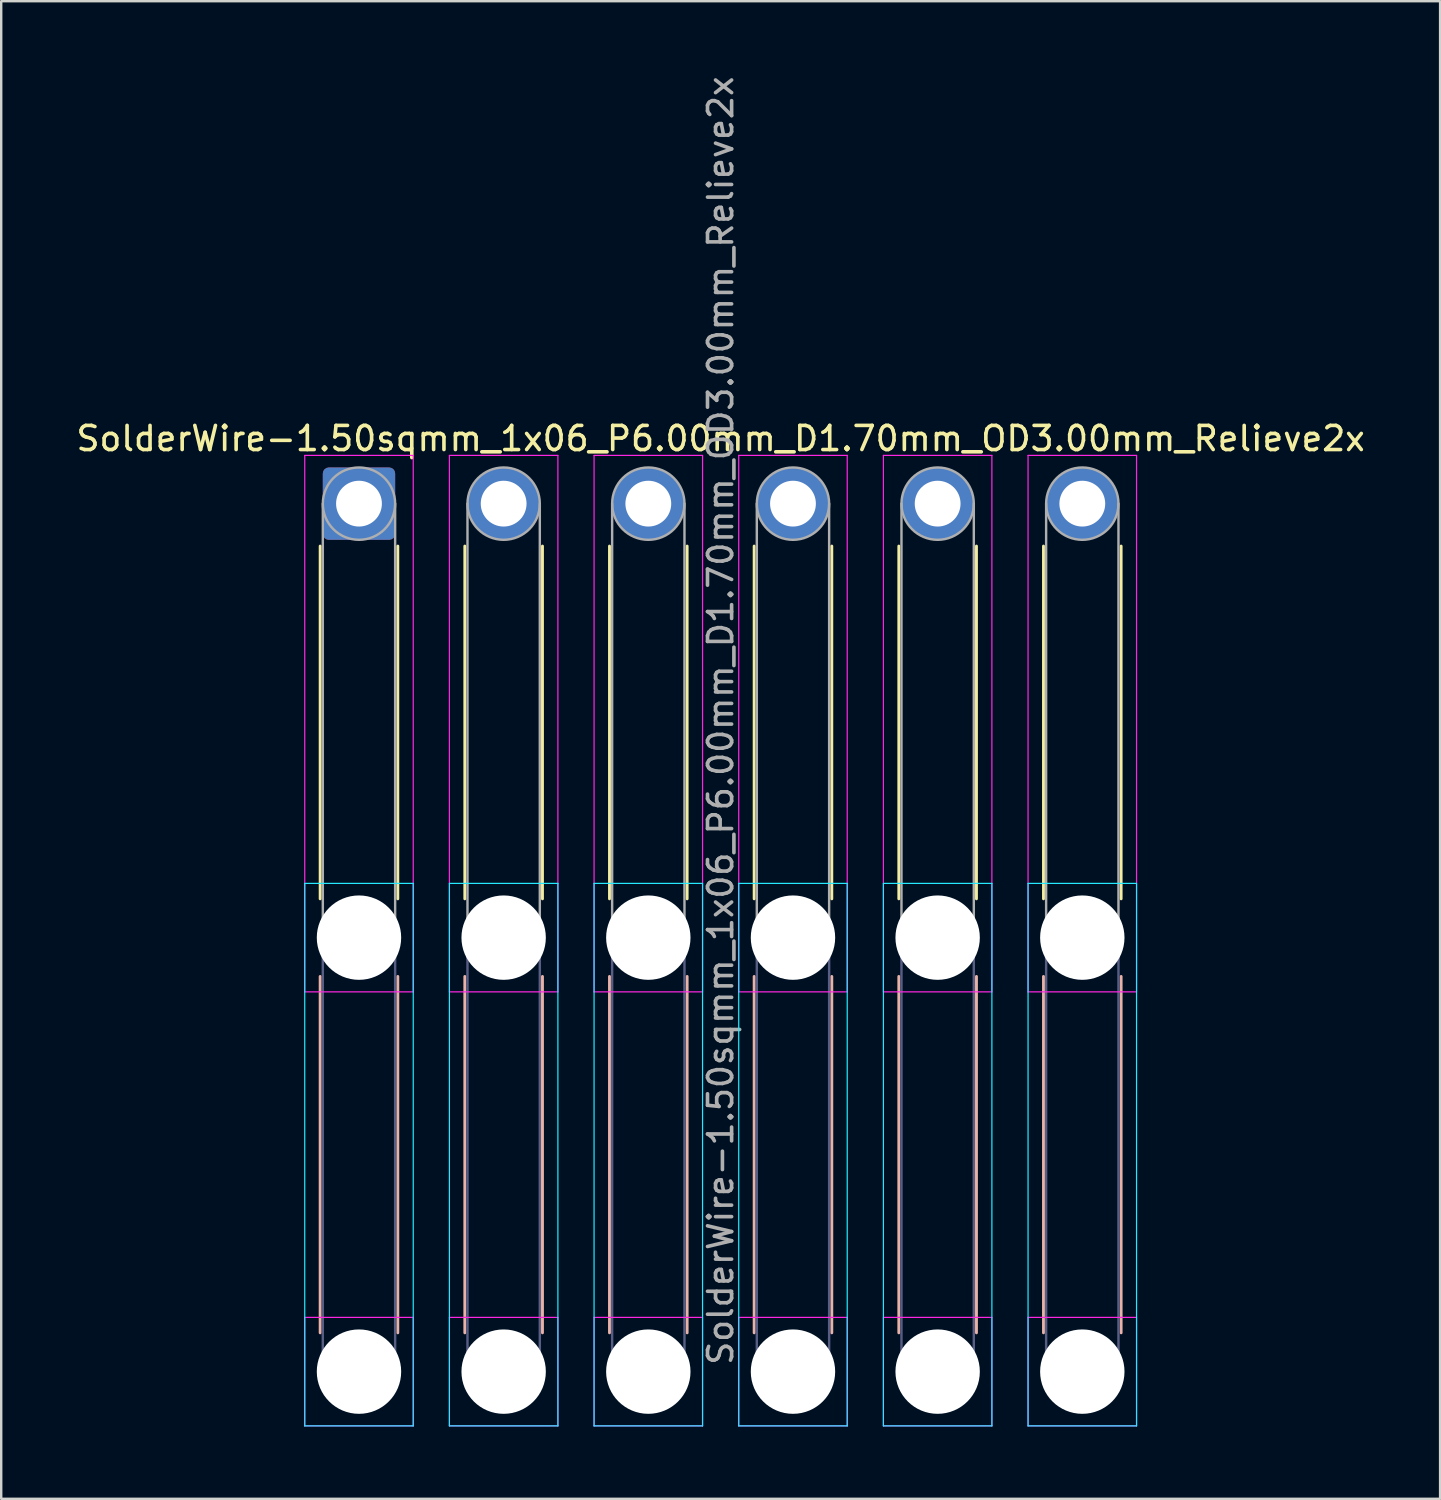
<source format=kicad_pcb>
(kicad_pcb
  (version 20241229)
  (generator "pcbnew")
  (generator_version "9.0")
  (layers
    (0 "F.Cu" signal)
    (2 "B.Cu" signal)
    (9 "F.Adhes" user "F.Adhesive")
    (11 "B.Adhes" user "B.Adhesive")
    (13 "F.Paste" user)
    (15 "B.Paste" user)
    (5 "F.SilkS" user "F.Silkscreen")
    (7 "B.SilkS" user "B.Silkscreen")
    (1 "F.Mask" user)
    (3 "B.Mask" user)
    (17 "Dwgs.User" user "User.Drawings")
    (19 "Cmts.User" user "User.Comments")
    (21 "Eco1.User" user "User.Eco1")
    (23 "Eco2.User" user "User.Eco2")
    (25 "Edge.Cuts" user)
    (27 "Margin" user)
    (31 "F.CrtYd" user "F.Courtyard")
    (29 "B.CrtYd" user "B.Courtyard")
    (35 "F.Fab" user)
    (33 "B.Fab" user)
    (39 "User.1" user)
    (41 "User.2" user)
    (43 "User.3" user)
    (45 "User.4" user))
  (footprint "SolderWire-1.50sqmm_1x06_P6.00mm_D1.70mm_OD3.00mm_Relieve2x"
    (layer "F.Cu")
    (at 11.839 17.839)
    (property "Reference" "SolderWire-1.50sqmm_1x06_P6.00mm_D1.70mm_OD3.00mm_Relieve2x" (at 15 -2.7 0) (layer "F.SilkS") (effects (font (size 1 1) (thickness 0.15))))
    (attr exclude_from_pos_files exclude_from_bom)
    (fp_line (start -1.61 1.76) (end -1.61 16.39) (stroke (width 0.12) (type solid)) (layer "F.SilkS"))
    (fp_line (start 1.61 1.76) (end 1.61 16.39) (stroke (width 0.12) (type solid)) (layer "F.SilkS"))
    (fp_line (start 4.39 1.76) (end 4.39 16.39) (stroke (width 0.12) (type solid)) (layer "F.SilkS"))
    (fp_line (start 7.61 1.76) (end 7.61 16.39) (stroke (width 0.12) (type solid)) (layer "F.SilkS"))
    (fp_line (start 10.39 1.76) (end 10.39 16.39) (stroke (width 0.12) (type solid)) (layer "F.SilkS"))
    (fp_line (start 13.61 1.76) (end 13.61 16.39) (stroke (width 0.12) (type solid)) (layer "F.SilkS"))
    (fp_line (start 16.39 1.76) (end 16.39 16.39) (stroke (width 0.12) (type solid)) (layer "F.SilkS"))
    (fp_line (start 19.61 1.76) (end 19.61 16.39) (stroke (width 0.12) (type solid)) (layer "F.SilkS"))
    (fp_line (start 22.39 1.76) (end 22.39 16.39) (stroke (width 0.12) (type solid)) (layer "F.SilkS"))
    (fp_line (start 25.61 1.76) (end 25.61 16.39) (stroke (width 0.12) (type solid)) (layer "F.SilkS"))
    (fp_line (start 28.39 1.76) (end 28.39 16.39) (stroke (width 0.12) (type solid)) (layer "F.SilkS"))
    (fp_line (start 31.61 1.76) (end 31.61 16.39) (stroke (width 0.12) (type solid)) (layer "F.SilkS"))
    (fp_line (start -1.61 19.61) (end -1.61 34.39) (stroke (width 0.12) (type solid)) (layer "B.SilkS"))
    (fp_line (start 1.61 19.61) (end 1.61 34.39) (stroke (width 0.12) (type solid)) (layer "B.SilkS"))
    (fp_line (start 4.39 19.61) (end 4.39 34.39) (stroke (width 0.12) (type solid)) (layer "B.SilkS"))
    (fp_line (start 7.61 19.61) (end 7.61 34.39) (stroke (width 0.12) (type solid)) (layer "B.SilkS"))
    (fp_line (start 10.39 19.61) (end 10.39 34.39) (stroke (width 0.12) (type solid)) (layer "B.SilkS"))
    (fp_line (start 13.61 19.61) (end 13.61 34.39) (stroke (width 0.12) (type solid)) (layer "B.SilkS"))
    (fp_line (start 16.39 19.61) (end 16.39 34.39) (stroke (width 0.12) (type solid)) (layer "B.SilkS"))
    (fp_line (start 19.61 19.61) (end 19.61 34.39) (stroke (width 0.12) (type solid)) (layer "B.SilkS"))
    (fp_line (start 22.39 19.61) (end 22.39 34.39) (stroke (width 0.12) (type solid)) (layer "B.SilkS"))
    (fp_line (start 25.61 19.61) (end 25.61 34.39) (stroke (width 0.12) (type solid)) (layer "B.SilkS"))
    (fp_line (start 28.39 19.61) (end 28.39 34.39) (stroke (width 0.12) (type solid)) (layer "B.SilkS"))
    (fp_line (start 31.61 19.61) (end 31.61 34.39) (stroke (width 0.12) (type solid)) (layer "B.SilkS"))
    (fp_line (start -2.25 15.75) (end -2.25 38.25) (stroke (width 0.05) (type solid)) (layer "B.CrtYd"))
    (fp_line (start -2.25 38.25) (end 2.25 38.25) (stroke (width 0.05) (type solid)) (layer "B.CrtYd"))
    (fp_line (start 2.25 15.75) (end -2.25 15.75) (stroke (width 0.05) (type solid)) (layer "B.CrtYd"))
    (fp_line (start 2.25 38.25) (end 2.25 15.75) (stroke (width 0.05) (type solid)) (layer "B.CrtYd"))
    (fp_line (start 3.75 15.75) (end 3.75 38.25) (stroke (width 0.05) (type solid)) (layer "B.CrtYd"))
    (fp_line (start 3.75 38.25) (end 8.25 38.25) (stroke (width 0.05) (type solid)) (layer "B.CrtYd"))
    (fp_line (start 8.25 15.75) (end 3.75 15.75) (stroke (width 0.05) (type solid)) (layer "B.CrtYd"))
    (fp_line (start 8.25 38.25) (end 8.25 15.75) (stroke (width 0.05) (type solid)) (layer "B.CrtYd"))
    (fp_line (start 9.75 15.75) (end 9.75 38.25) (stroke (width 0.05) (type solid)) (layer "B.CrtYd"))
    (fp_line (start 9.75 38.25) (end 14.25 38.25) (stroke (width 0.05) (type solid)) (layer "B.CrtYd"))
    (fp_line (start 14.25 15.75) (end 9.75 15.75) (stroke (width 0.05) (type solid)) (layer "B.CrtYd"))
    (fp_line (start 14.25 38.25) (end 14.25 15.75) (stroke (width 0.05) (type solid)) (layer "B.CrtYd"))
    (fp_line (start 15.75 15.75) (end 15.75 38.25) (stroke (width 0.05) (type solid)) (layer "B.CrtYd"))
    (fp_line (start 15.75 38.25) (end 20.25 38.25) (stroke (width 0.05) (type solid)) (layer "B.CrtYd"))
    (fp_line (start 20.25 15.75) (end 15.75 15.75) (stroke (width 0.05) (type solid)) (layer "B.CrtYd"))
    (fp_line (start 20.25 38.25) (end 20.25 15.75) (stroke (width 0.05) (type solid)) (layer "B.CrtYd"))
    (fp_line (start 21.75 15.75) (end 21.75 38.25) (stroke (width 0.05) (type solid)) (layer "B.CrtYd"))
    (fp_line (start 21.75 38.25) (end 26.25 38.25) (stroke (width 0.05) (type solid)) (layer "B.CrtYd"))
    (fp_line (start 26.25 15.75) (end 21.75 15.75) (stroke (width 0.05) (type solid)) (layer "B.CrtYd"))
    (fp_line (start 26.25 38.25) (end 26.25 15.75) (stroke (width 0.05) (type solid)) (layer "B.CrtYd"))
    (fp_line (start 27.75 15.75) (end 27.75 38.25) (stroke (width 0.05) (type solid)) (layer "B.CrtYd"))
    (fp_line (start 27.75 38.25) (end 32.25 38.25) (stroke (width 0.05) (type solid)) (layer "B.CrtYd"))
    (fp_line (start 32.25 15.75) (end 27.75 15.75) (stroke (width 0.05) (type solid)) (layer "B.CrtYd"))
    (fp_line (start 32.25 38.25) (end 32.25 15.75) (stroke (width 0.05) (type solid)) (layer "B.CrtYd"))
    (fp_line (start -2.25 -2) (end -2.25 20.25) (stroke (width 0.05) (type solid)) (layer "F.CrtYd"))
    (fp_line (start -2.25 20.25) (end 2.25 20.25) (stroke (width 0.05) (type solid)) (layer "F.CrtYd"))
    (fp_line (start -2.25 33.75) (end -2.25 38.25) (stroke (width 0.05) (type solid)) (layer "F.CrtYd"))
    (fp_line (start -2.25 38.25) (end 2.25 38.25) (stroke (width 0.05) (type solid)) (layer "F.CrtYd"))
    (fp_line (start 2.25 -2) (end -2.25 -2) (stroke (width 0.05) (type solid)) (layer "F.CrtYd"))
    (fp_line (start 2.25 20.25) (end 2.25 -2) (stroke (width 0.05) (type solid)) (layer "F.CrtYd"))
    (fp_line (start 2.25 33.75) (end -2.25 33.75) (stroke (width 0.05) (type solid)) (layer "F.CrtYd"))
    (fp_line (start 2.25 38.25) (end 2.25 33.75) (stroke (width 0.05) (type solid)) (layer "F.CrtYd"))
    (fp_line (start 3.75 -2) (end 3.75 20.25) (stroke (width 0.05) (type solid)) (layer "F.CrtYd"))
    (fp_line (start 3.75 20.25) (end 8.25 20.25) (stroke (width 0.05) (type solid)) (layer "F.CrtYd"))
    (fp_line (start 3.75 33.75) (end 3.75 38.25) (stroke (width 0.05) (type solid)) (layer "F.CrtYd"))
    (fp_line (start 3.75 38.25) (end 8.25 38.25) (stroke (width 0.05) (type solid)) (layer "F.CrtYd"))
    (fp_line (start 8.25 -2) (end 3.75 -2) (stroke (width 0.05) (type solid)) (layer "F.CrtYd"))
    (fp_line (start 8.25 20.25) (end 8.25 -2) (stroke (width 0.05) (type solid)) (layer "F.CrtYd"))
    (fp_line (start 8.25 33.75) (end 3.75 33.75) (stroke (width 0.05) (type solid)) (layer "F.CrtYd"))
    (fp_line (start 8.25 38.25) (end 8.25 33.75) (stroke (width 0.05) (type solid)) (layer "F.CrtYd"))
    (fp_line (start 9.75 -2) (end 9.75 20.25) (stroke (width 0.05) (type solid)) (layer "F.CrtYd"))
    (fp_line (start 9.75 20.25) (end 14.25 20.25) (stroke (width 0.05) (type solid)) (layer "F.CrtYd"))
    (fp_line (start 9.75 33.75) (end 9.75 38.25) (stroke (width 0.05) (type solid)) (layer "F.CrtYd"))
    (fp_line (start 9.75 38.25) (end 14.25 38.25) (stroke (width 0.05) (type solid)) (layer "F.CrtYd"))
    (fp_line (start 14.25 -2) (end 9.75 -2) (stroke (width 0.05) (type solid)) (layer "F.CrtYd"))
    (fp_line (start 14.25 20.25) (end 14.25 -2) (stroke (width 0.05) (type solid)) (layer "F.CrtYd"))
    (fp_line (start 14.25 33.75) (end 9.75 33.75) (stroke (width 0.05) (type solid)) (layer "F.CrtYd"))
    (fp_line (start 14.25 38.25) (end 14.25 33.75) (stroke (width 0.05) (type solid)) (layer "F.CrtYd"))
    (fp_line (start 15.75 -2) (end 15.75 20.25) (stroke (width 0.05) (type solid)) (layer "F.CrtYd"))
    (fp_line (start 15.75 20.25) (end 20.25 20.25) (stroke (width 0.05) (type solid)) (layer "F.CrtYd"))
    (fp_line (start 15.75 33.75) (end 15.75 38.25) (stroke (width 0.05) (type solid)) (layer "F.CrtYd"))
    (fp_line (start 15.75 38.25) (end 20.25 38.25) (stroke (width 0.05) (type solid)) (layer "F.CrtYd"))
    (fp_line (start 20.25 -2) (end 15.75 -2) (stroke (width 0.05) (type solid)) (layer "F.CrtYd"))
    (fp_line (start 20.25 20.25) (end 20.25 -2) (stroke (width 0.05) (type solid)) (layer "F.CrtYd"))
    (fp_line (start 20.25 33.75) (end 15.75 33.75) (stroke (width 0.05) (type solid)) (layer "F.CrtYd"))
    (fp_line (start 20.25 38.25) (end 20.25 33.75) (stroke (width 0.05) (type solid)) (layer "F.CrtYd"))
    (fp_line (start 21.75 -2) (end 21.75 20.25) (stroke (width 0.05) (type solid)) (layer "F.CrtYd"))
    (fp_line (start 21.75 20.25) (end 26.25 20.25) (stroke (width 0.05) (type solid)) (layer "F.CrtYd"))
    (fp_line (start 21.75 33.75) (end 21.75 38.25) (stroke (width 0.05) (type solid)) (layer "F.CrtYd"))
    (fp_line (start 21.75 38.25) (end 26.25 38.25) (stroke (width 0.05) (type solid)) (layer "F.CrtYd"))
    (fp_line (start 26.25 -2) (end 21.75 -2) (stroke (width 0.05) (type solid)) (layer "F.CrtYd"))
    (fp_line (start 26.25 20.25) (end 26.25 -2) (stroke (width 0.05) (type solid)) (layer "F.CrtYd"))
    (fp_line (start 26.25 33.75) (end 21.75 33.75) (stroke (width 0.05) (type solid)) (layer "F.CrtYd"))
    (fp_line (start 26.25 38.25) (end 26.25 33.75) (stroke (width 0.05) (type solid)) (layer "F.CrtYd"))
    (fp_line (start 27.75 -2) (end 27.75 20.25) (stroke (width 0.05) (type solid)) (layer "F.CrtYd"))
    (fp_line (start 27.75 20.25) (end 32.25 20.25) (stroke (width 0.05) (type solid)) (layer "F.CrtYd"))
    (fp_line (start 27.75 33.75) (end 27.75 38.25) (stroke (width 0.05) (type solid)) (layer "F.CrtYd"))
    (fp_line (start 27.75 38.25) (end 32.25 38.25) (stroke (width 0.05) (type solid)) (layer "F.CrtYd"))
    (fp_line (start 32.25 -2) (end 27.75 -2) (stroke (width 0.05) (type solid)) (layer "F.CrtYd"))
    (fp_line (start 32.25 20.25) (end 32.25 -2) (stroke (width 0.05) (type solid)) (layer "F.CrtYd"))
    (fp_line (start 32.25 33.75) (end 27.75 33.75) (stroke (width 0.05) (type solid)) (layer "F.CrtYd"))
    (fp_line (start 32.25 38.25) (end 32.25 33.75) (stroke (width 0.05) (type solid)) (layer "F.CrtYd"))
    (fp_line (start -1.5 18) (end -1.5 36) (stroke (width 0.1) (type solid)) (layer "B.Fab"))
    (fp_line (start 1.5 18) (end 1.5 36) (stroke (width 0.1) (type solid)) (layer "B.Fab"))
    (fp_line (start 4.5 18) (end 4.5 36) (stroke (width 0.1) (type solid)) (layer "B.Fab"))
    (fp_line (start 7.5 18) (end 7.5 36) (stroke (width 0.1) (type solid)) (layer "B.Fab"))
    (fp_line (start 10.5 18) (end 10.5 36) (stroke (width 0.1) (type solid)) (layer "B.Fab"))
    (fp_line (start 13.5 18) (end 13.5 36) (stroke (width 0.1) (type solid)) (layer "B.Fab"))
    (fp_line (start 16.5 18) (end 16.5 36) (stroke (width 0.1) (type solid)) (layer "B.Fab"))
    (fp_line (start 19.5 18) (end 19.5 36) (stroke (width 0.1) (type solid)) (layer "B.Fab"))
    (fp_line (start 22.5 18) (end 22.5 36) (stroke (width 0.1) (type solid)) (layer "B.Fab"))
    (fp_line (start 25.5 18) (end 25.5 36) (stroke (width 0.1) (type solid)) (layer "B.Fab"))
    (fp_line (start 28.5 18) (end 28.5 36) (stroke (width 0.1) (type solid)) (layer "B.Fab"))
    (fp_line (start 31.5 18) (end 31.5 36) (stroke (width 0.1) (type solid)) (layer "B.Fab"))
    (fp_circle (center 0 18) (end 1.5 18) (stroke (width 0.1) (type solid)) (fill no) (layer "B.Fab"))
    (fp_circle (center 0 36) (end 1.5 36) (stroke (width 0.1) (type solid)) (fill no) (layer "B.Fab"))
    (fp_circle (center 6 18) (end 7.5 18) (stroke (width 0.1) (type solid)) (fill no) (layer "B.Fab"))
    (fp_circle (center 6 36) (end 7.5 36) (stroke (width 0.1) (type solid)) (fill no) (layer "B.Fab"))
    (fp_circle (center 12 18) (end 13.5 18) (stroke (width 0.1) (type solid)) (fill no) (layer "B.Fab"))
    (fp_circle (center 12 36) (end 13.5 36) (stroke (width 0.1) (type solid)) (fill no) (layer "B.Fab"))
    (fp_circle (center 18 18) (end 19.5 18) (stroke (width 0.1) (type solid)) (fill no) (layer "B.Fab"))
    (fp_circle (center 18 36) (end 19.5 36) (stroke (width 0.1) (type solid)) (fill no) (layer "B.Fab"))
    (fp_circle (center 24 18) (end 25.5 18) (stroke (width 0.1) (type solid)) (fill no) (layer "B.Fab"))
    (fp_circle (center 24 36) (end 25.5 36) (stroke (width 0.1) (type solid)) (fill no) (layer "B.Fab"))
    (fp_circle (center 30 18) (end 31.5 18) (stroke (width 0.1) (type solid)) (fill no) (layer "B.Fab"))
    (fp_circle (center 30 36) (end 31.5 36) (stroke (width 0.1) (type solid)) (fill no) (layer "B.Fab"))
    (fp_line (start -1.5 0) (end -1.5 18) (stroke (width 0.1) (type solid)) (layer "F.Fab"))
    (fp_line (start 1.5 0) (end 1.5 18) (stroke (width 0.1) (type solid)) (layer "F.Fab"))
    (fp_line (start 4.5 0) (end 4.5 18) (stroke (width 0.1) (type solid)) (layer "F.Fab"))
    (fp_line (start 7.5 0) (end 7.5 18) (stroke (width 0.1) (type solid)) (layer "F.Fab"))
    (fp_line (start 10.5 0) (end 10.5 18) (stroke (width 0.1) (type solid)) (layer "F.Fab"))
    (fp_line (start 13.5 0) (end 13.5 18) (stroke (width 0.1) (type solid)) (layer "F.Fab"))
    (fp_line (start 16.5 0) (end 16.5 18) (stroke (width 0.1) (type solid)) (layer "F.Fab"))
    (fp_line (start 19.5 0) (end 19.5 18) (stroke (width 0.1) (type solid)) (layer "F.Fab"))
    (fp_line (start 22.5 0) (end 22.5 18) (stroke (width 0.1) (type solid)) (layer "F.Fab"))
    (fp_line (start 25.5 0) (end 25.5 18) (stroke (width 0.1) (type solid)) (layer "F.Fab"))
    (fp_line (start 28.5 0) (end 28.5 18) (stroke (width 0.1) (type solid)) (layer "F.Fab"))
    (fp_line (start 31.5 0) (end 31.5 18) (stroke (width 0.1) (type solid)) (layer "F.Fab"))
    (fp_circle (center 0 0) (end 1.5 0) (stroke (width 0.1) (type solid)) (fill no) (layer "F.Fab"))
    (fp_circle (center 0 18) (end 1.5 18) (stroke (width 0.1) (type solid)) (fill no) (layer "F.Fab"))
    (fp_circle (center 0 36) (end 1.5 36) (stroke (width 0.1) (type solid)) (fill no) (layer "F.Fab"))
    (fp_circle (center 6 0) (end 7.5 0) (stroke (width 0.1) (type solid)) (fill no) (layer "F.Fab"))
    (fp_circle (center 6 18) (end 7.5 18) (stroke (width 0.1) (type solid)) (fill no) (layer "F.Fab"))
    (fp_circle (center 6 36) (end 7.5 36) (stroke (width 0.1) (type solid)) (fill no) (layer "F.Fab"))
    (fp_circle (center 12 0) (end 13.5 0) (stroke (width 0.1) (type solid)) (fill no) (layer "F.Fab"))
    (fp_circle (center 12 18) (end 13.5 18) (stroke (width 0.1) (type solid)) (fill no) (layer "F.Fab"))
    (fp_circle (center 12 36) (end 13.5 36) (stroke (width 0.1) (type solid)) (fill no) (layer "F.Fab"))
    (fp_circle (center 18 0) (end 19.5 0) (stroke (width 0.1) (type solid)) (fill no) (layer "F.Fab"))
    (fp_circle (center 18 18) (end 19.5 18) (stroke (width 0.1) (type solid)) (fill no) (layer "F.Fab"))
    (fp_circle (center 18 36) (end 19.5 36) (stroke (width 0.1) (type solid)) (fill no) (layer "F.Fab"))
    (fp_circle (center 24 0) (end 25.5 0) (stroke (width 0.1) (type solid)) (fill no) (layer "F.Fab"))
    (fp_circle (center 24 18) (end 25.5 18) (stroke (width 0.1) (type solid)) (fill no) (layer "F.Fab"))
    (fp_circle (center 24 36) (end 25.5 36) (stroke (width 0.1) (type solid)) (fill no) (layer "F.Fab"))
    (fp_circle (center 30 0) (end 31.5 0) (stroke (width 0.1) (type solid)) (fill no) (layer "F.Fab"))
    (fp_circle (center 30 18) (end 31.5 18) (stroke (width 0.1) (type solid)) (fill no) (layer "F.Fab"))
    (fp_circle (center 30 36) (end 31.5 36) (stroke (width 0.1) (type solid)) (fill no) (layer "F.Fab"))
    (fp_text user "${REFERENCE}" (at 15 9 90) (layer "F.Fab") (effects (font (size 1 1) (thickness 0.15))))
    (pad "" np_thru_hole circle (at 0 18) (size 3.5 3.5) (drill 3.5) (layers "*.Cu" "*.Mask"))
    (pad "" np_thru_hole circle (at 0 36) (size 3.5 3.5) (drill 3.5) (layers "*.Cu" "*.Mask"))
    (pad "" np_thru_hole circle (at 6 18) (size 3.5 3.5) (drill 3.5) (layers "*.Cu" "*.Mask"))
    (pad "" np_thru_hole circle (at 6 36) (size 3.5 3.5) (drill 3.5) (layers "*.Cu" "*.Mask"))
    (pad "" np_thru_hole circle (at 12 18) (size 3.5 3.5) (drill 3.5) (layers "*.Cu" "*.Mask"))
    (pad "" np_thru_hole circle (at 12 36) (size 3.5 3.5) (drill 3.5) (layers "*.Cu" "*.Mask"))
    (pad "" np_thru_hole circle (at 18 18) (size 3.5 3.5) (drill 3.5) (layers "*.Cu" "*.Mask"))
    (pad "" np_thru_hole circle (at 18 36) (size 3.5 3.5) (drill 3.5) (layers "*.Cu" "*.Mask"))
    (pad "" np_thru_hole circle (at 24 18) (size 3.5 3.5) (drill 3.5) (layers "*.Cu" "*.Mask"))
    (pad "" np_thru_hole circle (at 24 36) (size 3.5 3.5) (drill 3.5) (layers "*.Cu" "*.Mask"))
    (pad "" np_thru_hole circle (at 30 18) (size 3.5 3.5) (drill 3.5) (layers "*.Cu" "*.Mask"))
    (pad "" np_thru_hole circle (at 30 36) (size 3.5 3.5) (drill 3.5) (layers "*.Cu" "*.Mask"))
    (pad "1" thru_hole roundrect (at 0 0) (size 3 3) (drill 1.9) (layers "*.Cu" "*.Mask") (roundrect_rratio 0.083))
    (pad "2" thru_hole circle (at 6 0) (size 3 3) (drill 1.9) (layers "*.Cu" "*.Mask"))
    (pad "3" thru_hole circle (at 12 0) (size 3 3) (drill 1.9) (layers "*.Cu" "*.Mask"))
    (pad "4" thru_hole circle (at 18 0) (size 3 3) (drill 1.9) (layers "*.Cu" "*.Mask"))
    (pad "5" thru_hole circle (at 24 0) (size 3 3) (drill 1.9) (layers "*.Cu" "*.Mask"))
    (pad "6" thru_hole circle (at 30 0) (size 3 3) (drill 1.9) (layers "*.Cu" "*.Mask")))
  (gr_rect
    (start -3 -3)
    (end 56.679 59.114)
    (stroke (width 0.1) (type default))
    (fill no)
    (layer "Edge.Cuts")))
</source>
